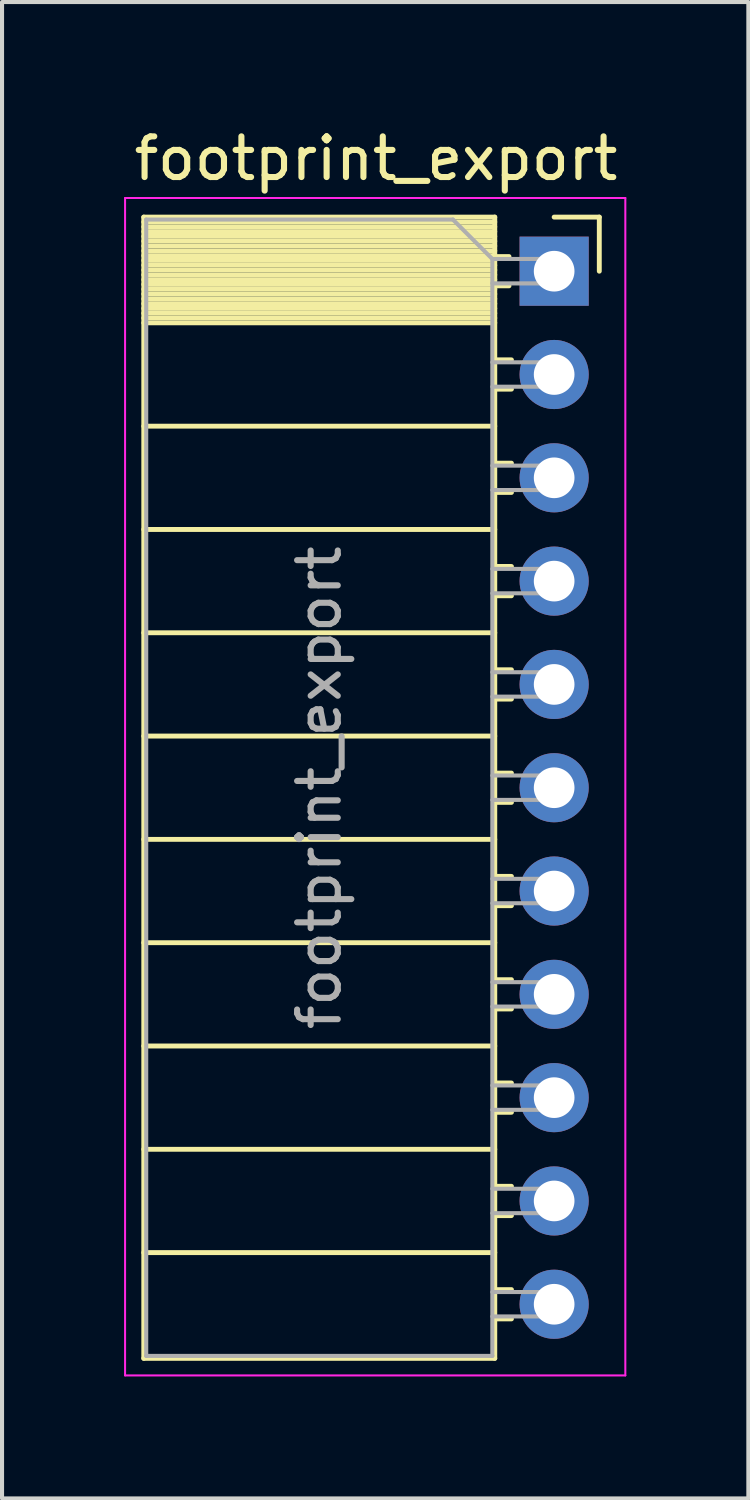
<source format=kicad_pcb>
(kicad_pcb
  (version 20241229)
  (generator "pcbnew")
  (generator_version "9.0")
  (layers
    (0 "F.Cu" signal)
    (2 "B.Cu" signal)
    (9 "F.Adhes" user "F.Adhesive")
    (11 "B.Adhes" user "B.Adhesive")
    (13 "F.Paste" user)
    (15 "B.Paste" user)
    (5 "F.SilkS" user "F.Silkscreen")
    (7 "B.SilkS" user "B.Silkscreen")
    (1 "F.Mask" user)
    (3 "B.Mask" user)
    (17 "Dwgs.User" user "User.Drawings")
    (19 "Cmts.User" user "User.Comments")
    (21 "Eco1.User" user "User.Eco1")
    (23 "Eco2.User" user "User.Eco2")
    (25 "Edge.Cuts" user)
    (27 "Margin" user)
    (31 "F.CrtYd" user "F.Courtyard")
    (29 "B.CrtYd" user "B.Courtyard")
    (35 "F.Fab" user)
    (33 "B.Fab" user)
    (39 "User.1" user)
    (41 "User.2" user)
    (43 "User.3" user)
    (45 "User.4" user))
  (footprint "footprint_export"
    (layer "F.Cu")
    (at 10.575 3.618)
    (property "Reference" "footprint_export" (at -4.38 -2.77 0) (layer "F.SilkS") (effects (font (size 1 1) (thickness 0.15))))
    (attr through_hole)
    (fp_line (start -10.09 -1.33) (end -10.09 26.73) (stroke (width 0.12) (type solid)) (layer "F.SilkS"))
    (fp_line (start -10.09 -1.33) (end -1.46 -1.33) (stroke (width 0.12) (type solid)) (layer "F.SilkS"))
    (fp_line (start -10.09 -1.21) (end -1.46 -1.21) (stroke (width 0.12) (type solid)) (layer "F.SilkS"))
    (fp_line (start -10.09 -1.092) (end -1.46 -1.092) (stroke (width 0.12) (type solid)) (layer "F.SilkS"))
    (fp_line (start -10.09 -0.974) (end -1.46 -0.974) (stroke (width 0.12) (type solid)) (layer "F.SilkS"))
    (fp_line (start -10.09 -0.856) (end -1.46 -0.856) (stroke (width 0.12) (type solid)) (layer "F.SilkS"))
    (fp_line (start -10.09 -0.738) (end -1.46 -0.738) (stroke (width 0.12) (type solid)) (layer "F.SilkS"))
    (fp_line (start -10.09 -0.62) (end -1.46 -0.62) (stroke (width 0.12) (type solid)) (layer "F.SilkS"))
    (fp_line (start -10.09 -0.501) (end -1.46 -0.501) (stroke (width 0.12) (type solid)) (layer "F.SilkS"))
    (fp_line (start -10.09 -0.383) (end -1.46 -0.383) (stroke (width 0.12) (type solid)) (layer "F.SilkS"))
    (fp_line (start -10.09 -0.265) (end -1.46 -0.265) (stroke (width 0.12) (type solid)) (layer "F.SilkS"))
    (fp_line (start -10.09 -0.147) (end -1.46 -0.147) (stroke (width 0.12) (type solid)) (layer "F.SilkS"))
    (fp_line (start -10.09 -0.029) (end -1.46 -0.029) (stroke (width 0.12) (type solid)) (layer "F.SilkS"))
    (fp_line (start -10.09 0.089) (end -1.46 0.089) (stroke (width 0.12) (type solid)) (layer "F.SilkS"))
    (fp_line (start -10.09 0.207) (end -1.46 0.207) (stroke (width 0.12) (type solid)) (layer "F.SilkS"))
    (fp_line (start -10.09 0.325) (end -1.46 0.325) (stroke (width 0.12) (type solid)) (layer "F.SilkS"))
    (fp_line (start -10.09 0.443) (end -1.46 0.443) (stroke (width 0.12) (type solid)) (layer "F.SilkS"))
    (fp_line (start -10.09 0.561) (end -1.46 0.561) (stroke (width 0.12) (type solid)) (layer "F.SilkS"))
    (fp_line (start -10.09 0.68) (end -1.46 0.68) (stroke (width 0.12) (type solid)) (layer "F.SilkS"))
    (fp_line (start -10.09 0.798) (end -1.46 0.798) (stroke (width 0.12) (type solid)) (layer "F.SilkS"))
    (fp_line (start -10.09 0.916) (end -1.46 0.916) (stroke (width 0.12) (type solid)) (layer "F.SilkS"))
    (fp_line (start -10.09 1.034) (end -1.46 1.034) (stroke (width 0.12) (type solid)) (layer "F.SilkS"))
    (fp_line (start -10.09 1.152) (end -1.46 1.152) (stroke (width 0.12) (type solid)) (layer "F.SilkS"))
    (fp_line (start -10.09 1.27) (end -1.46 1.27) (stroke (width 0.12) (type solid)) (layer "F.SilkS"))
    (fp_line (start -10.09 3.81) (end -1.46 3.81) (stroke (width 0.12) (type solid)) (layer "F.SilkS"))
    (fp_line (start -10.09 6.35) (end -1.46 6.35) (stroke (width 0.12) (type solid)) (layer "F.SilkS"))
    (fp_line (start -10.09 8.89) (end -1.46 8.89) (stroke (width 0.12) (type solid)) (layer "F.SilkS"))
    (fp_line (start -10.09 11.43) (end -1.46 11.43) (stroke (width 0.12) (type solid)) (layer "F.SilkS"))
    (fp_line (start -10.09 13.97) (end -1.46 13.97) (stroke (width 0.12) (type solid)) (layer "F.SilkS"))
    (fp_line (start -10.09 16.51) (end -1.46 16.51) (stroke (width 0.12) (type solid)) (layer "F.SilkS"))
    (fp_line (start -10.09 19.05) (end -1.46 19.05) (stroke (width 0.12) (type solid)) (layer "F.SilkS"))
    (fp_line (start -10.09 21.59) (end -1.46 21.59) (stroke (width 0.12) (type solid)) (layer "F.SilkS"))
    (fp_line (start -10.09 24.13) (end -1.46 24.13) (stroke (width 0.12) (type solid)) (layer "F.SilkS"))
    (fp_line (start -10.09 26.73) (end -1.46 26.73) (stroke (width 0.12) (type solid)) (layer "F.SilkS"))
    (fp_line (start -1.46 -1.33) (end -1.46 26.73) (stroke (width 0.12) (type solid)) (layer "F.SilkS"))
    (fp_line (start -1.46 -0.36) (end -1.11 -0.36) (stroke (width 0.12) (type solid)) (layer "F.SilkS"))
    (fp_line (start -1.46 0.36) (end -1.11 0.36) (stroke (width 0.12) (type solid)) (layer "F.SilkS"))
    (fp_line (start -1.46 2.18) (end -1.05 2.18) (stroke (width 0.12) (type solid)) (layer "F.SilkS"))
    (fp_line (start -1.46 2.9) (end -1.05 2.9) (stroke (width 0.12) (type solid)) (layer "F.SilkS"))
    (fp_line (start -1.46 4.72) (end -1.05 4.72) (stroke (width 0.12) (type solid)) (layer "F.SilkS"))
    (fp_line (start -1.46 5.44) (end -1.05 5.44) (stroke (width 0.12) (type solid)) (layer "F.SilkS"))
    (fp_line (start -1.46 7.26) (end -1.05 7.26) (stroke (width 0.12) (type solid)) (layer "F.SilkS"))
    (fp_line (start -1.46 7.98) (end -1.05 7.98) (stroke (width 0.12) (type solid)) (layer "F.SilkS"))
    (fp_line (start -1.46 9.8) (end -1.05 9.8) (stroke (width 0.12) (type solid)) (layer "F.SilkS"))
    (fp_line (start -1.46 10.52) (end -1.05 10.52) (stroke (width 0.12) (type solid)) (layer "F.SilkS"))
    (fp_line (start -1.46 12.34) (end -1.05 12.34) (stroke (width 0.12) (type solid)) (layer "F.SilkS"))
    (fp_line (start -1.46 13.06) (end -1.05 13.06) (stroke (width 0.12) (type solid)) (layer "F.SilkS"))
    (fp_line (start -1.46 14.88) (end -1.05 14.88) (stroke (width 0.12) (type solid)) (layer "F.SilkS"))
    (fp_line (start -1.46 15.6) (end -1.05 15.6) (stroke (width 0.12) (type solid)) (layer "F.SilkS"))
    (fp_line (start -1.46 17.42) (end -1.05 17.42) (stroke (width 0.12) (type solid)) (layer "F.SilkS"))
    (fp_line (start -1.46 18.14) (end -1.05 18.14) (stroke (width 0.12) (type solid)) (layer "F.SilkS"))
    (fp_line (start -1.46 19.96) (end -1.05 19.96) (stroke (width 0.12) (type solid)) (layer "F.SilkS"))
    (fp_line (start -1.46 20.68) (end -1.05 20.68) (stroke (width 0.12) (type solid)) (layer "F.SilkS"))
    (fp_line (start -1.46 22.5) (end -1.05 22.5) (stroke (width 0.12) (type solid)) (layer "F.SilkS"))
    (fp_line (start -1.46 23.22) (end -1.05 23.22) (stroke (width 0.12) (type solid)) (layer "F.SilkS"))
    (fp_line (start -1.46 25.04) (end -1.05 25.04) (stroke (width 0.12) (type solid)) (layer "F.SilkS"))
    (fp_line (start -1.46 25.76) (end -1.05 25.76) (stroke (width 0.12) (type solid)) (layer "F.SilkS"))
    (fp_line (start 0 -1.33) (end 1.11 -1.33) (stroke (width 0.12) (type solid)) (layer "F.SilkS"))
    (fp_line (start 1.11 -1.33) (end 1.11 0) (stroke (width 0.12) (type solid)) (layer "F.SilkS"))
    (fp_line (start -10.55 -1.8) (end -10.55 27.15) (stroke (width 0.05) (type solid)) (layer "F.CrtYd"))
    (fp_line (start -10.55 27.15) (end 1.75 27.15) (stroke (width 0.05) (type solid)) (layer "F.CrtYd"))
    (fp_line (start 1.75 -1.8) (end -10.55 -1.8) (stroke (width 0.05) (type solid)) (layer "F.CrtYd"))
    (fp_line (start 1.75 27.15) (end 1.75 -1.8) (stroke (width 0.05) (type solid)) (layer "F.CrtYd"))
    (fp_line (start -10.03 -1.27) (end -2.49 -1.27) (stroke (width 0.1) (type solid)) (layer "F.Fab"))
    (fp_line (start -10.03 26.67) (end -10.03 -1.27) (stroke (width 0.1) (type solid)) (layer "F.Fab"))
    (fp_line (start -2.49 -1.27) (end -1.52 -0.3) (stroke (width 0.1) (type solid)) (layer "F.Fab"))
    (fp_line (start -1.52 -0.3) (end -1.52 26.67) (stroke (width 0.1) (type solid)) (layer "F.Fab"))
    (fp_line (start -1.52 0.3) (end 0 0.3) (stroke (width 0.1) (type solid)) (layer "F.Fab"))
    (fp_line (start -1.52 2.84) (end 0 2.84) (stroke (width 0.1) (type solid)) (layer "F.Fab"))
    (fp_line (start -1.52 5.38) (end 0 5.38) (stroke (width 0.1) (type solid)) (layer "F.Fab"))
    (fp_line (start -1.52 7.92) (end 0 7.92) (stroke (width 0.1) (type solid)) (layer "F.Fab"))
    (fp_line (start -1.52 10.46) (end 0 10.46) (stroke (width 0.1) (type solid)) (layer "F.Fab"))
    (fp_line (start -1.52 13) (end 0 13) (stroke (width 0.1) (type solid)) (layer "F.Fab"))
    (fp_line (start -1.52 15.54) (end 0 15.54) (stroke (width 0.1) (type solid)) (layer "F.Fab"))
    (fp_line (start -1.52 18.08) (end 0 18.08) (stroke (width 0.1) (type solid)) (layer "F.Fab"))
    (fp_line (start -1.52 20.62) (end 0 20.62) (stroke (width 0.1) (type solid)) (layer "F.Fab"))
    (fp_line (start -1.52 23.16) (end 0 23.16) (stroke (width 0.1) (type solid)) (layer "F.Fab"))
    (fp_line (start -1.52 25.7) (end 0 25.7) (stroke (width 0.1) (type solid)) (layer "F.Fab"))
    (fp_line (start -1.52 26.67) (end -10.03 26.67) (stroke (width 0.1) (type solid)) (layer "F.Fab"))
    (fp_line (start 0 -0.3) (end -1.52 -0.3) (stroke (width 0.1) (type solid)) (layer "F.Fab"))
    (fp_line (start 0 0.3) (end 0 -0.3) (stroke (width 0.1) (type solid)) (layer "F.Fab"))
    (fp_line (start 0 2.24) (end -1.52 2.24) (stroke (width 0.1) (type solid)) (layer "F.Fab"))
    (fp_line (start 0 2.84) (end 0 2.24) (stroke (width 0.1) (type solid)) (layer "F.Fab"))
    (fp_line (start 0 4.78) (end -1.52 4.78) (stroke (width 0.1) (type solid)) (layer "F.Fab"))
    (fp_line (start 0 5.38) (end 0 4.78) (stroke (width 0.1) (type solid)) (layer "F.Fab"))
    (fp_line (start 0 7.32) (end -1.52 7.32) (stroke (width 0.1) (type solid)) (layer "F.Fab"))
    (fp_line (start 0 7.92) (end 0 7.32) (stroke (width 0.1) (type solid)) (layer "F.Fab"))
    (fp_line (start 0 9.86) (end -1.52 9.86) (stroke (width 0.1) (type solid)) (layer "F.Fab"))
    (fp_line (start 0 10.46) (end 0 9.86) (stroke (width 0.1) (type solid)) (layer "F.Fab"))
    (fp_line (start 0 12.4) (end -1.52 12.4) (stroke (width 0.1) (type solid)) (layer "F.Fab"))
    (fp_line (start 0 13) (end 0 12.4) (stroke (width 0.1) (type solid)) (layer "F.Fab"))
    (fp_line (start 0 14.94) (end -1.52 14.94) (stroke (width 0.1) (type solid)) (layer "F.Fab"))
    (fp_line (start 0 15.54) (end 0 14.94) (stroke (width 0.1) (type solid)) (layer "F.Fab"))
    (fp_line (start 0 17.48) (end -1.52 17.48) (stroke (width 0.1) (type solid)) (layer "F.Fab"))
    (fp_line (start 0 18.08) (end 0 17.48) (stroke (width 0.1) (type solid)) (layer "F.Fab"))
    (fp_line (start 0 20.02) (end -1.52 20.02) (stroke (width 0.1) (type solid)) (layer "F.Fab"))
    (fp_line (start 0 20.62) (end 0 20.02) (stroke (width 0.1) (type solid)) (layer "F.Fab"))
    (fp_line (start 0 22.56) (end -1.52 22.56) (stroke (width 0.1) (type solid)) (layer "F.Fab"))
    (fp_line (start 0 23.16) (end 0 22.56) (stroke (width 0.1) (type solid)) (layer "F.Fab"))
    (fp_line (start 0 25.1) (end -1.52 25.1) (stroke (width 0.1) (type solid)) (layer "F.Fab"))
    (fp_line (start 0 25.7) (end 0 25.1) (stroke (width 0.1) (type solid)) (layer "F.Fab"))
    (fp_text user "${REFERENCE}" (at -5.775 12.7 90) (layer "F.Fab") (effects (font (size 1 1) (thickness 0.15))))
    (pad "1" thru_hole rect (at 0 0) (size 1.7 1.7) (drill 1) (layers "*.Cu" "*.Mask"))
    (pad "2" thru_hole oval (at 0 2.54) (size 1.7 1.7) (drill 1) (layers "*.Cu" "*.Mask"))
    (pad "3" thru_hole oval (at 0 5.08) (size 1.7 1.7) (drill 1) (layers "*.Cu" "*.Mask"))
    (pad "4" thru_hole oval (at 0 7.62) (size 1.7 1.7) (drill 1) (layers "*.Cu" "*.Mask"))
    (pad "5" thru_hole oval (at 0 10.16) (size 1.7 1.7) (drill 1) (layers "*.Cu" "*.Mask"))
    (pad "6" thru_hole oval (at 0 12.7) (size 1.7 1.7) (drill 1) (layers "*.Cu" "*.Mask"))
    (pad "7" thru_hole oval (at 0 15.24) (size 1.7 1.7) (drill 1) (layers "*.Cu" "*.Mask"))
    (pad "8" thru_hole oval (at 0 17.78) (size 1.7 1.7) (drill 1) (layers "*.Cu" "*.Mask"))
    (pad "9" thru_hole oval (at 0 20.32) (size 1.7 1.7) (drill 1) (layers "*.Cu" "*.Mask"))
    (pad "10" thru_hole oval (at 0 22.86) (size 1.7 1.7) (drill 1) (layers "*.Cu" "*.Mask"))
    (pad "11" thru_hole oval (at 0 25.4) (size 1.7 1.7) (drill 1) (layers "*.Cu" "*.Mask")))
  (gr_rect
    (start -3 -3)
    (end 15.35 33.793)
    (stroke (width 0.1) (type default))
    (fill no)
    (layer "Edge.Cuts")))
</source>
